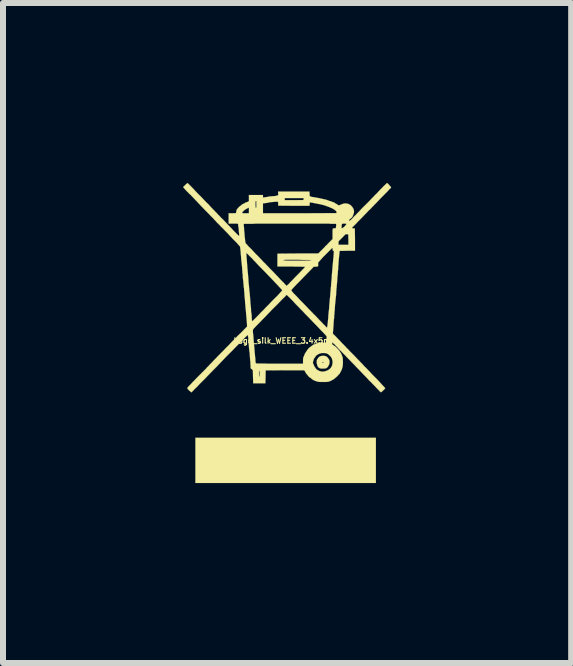
<source format=kicad_pcb>
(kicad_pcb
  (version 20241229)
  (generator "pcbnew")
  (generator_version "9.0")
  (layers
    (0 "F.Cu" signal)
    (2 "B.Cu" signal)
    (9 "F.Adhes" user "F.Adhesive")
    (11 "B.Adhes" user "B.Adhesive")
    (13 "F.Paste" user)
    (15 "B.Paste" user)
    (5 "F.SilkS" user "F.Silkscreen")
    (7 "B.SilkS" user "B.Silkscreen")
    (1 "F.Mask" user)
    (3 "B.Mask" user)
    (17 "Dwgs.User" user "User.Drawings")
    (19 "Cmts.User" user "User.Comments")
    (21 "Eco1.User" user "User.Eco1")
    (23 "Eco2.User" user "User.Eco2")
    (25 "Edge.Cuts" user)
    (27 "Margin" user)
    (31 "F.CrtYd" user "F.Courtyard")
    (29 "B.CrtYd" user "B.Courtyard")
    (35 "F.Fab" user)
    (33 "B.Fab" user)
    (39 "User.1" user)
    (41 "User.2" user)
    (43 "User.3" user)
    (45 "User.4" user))
  (footprint "Logo_silk_WEEE_3.4x5mm"
    (layer "F.Cu")
    (at 1.711 2.529)
    (property "Reference" "Logo_silk_WEEE_3.4x5mm" (at 0 0.1 0) (layer "F.SilkS") (effects (font (size 0.091 0.091) (thickness 0.018))))
    (attr exclude_from_pos_files exclude_from_bom)
    (fp_poly (pts (xy 1.504 2.471) (xy 0 2.471) (xy -1.504 2.471) (xy -1.504 2.093) (xy -1.504 1.717) (xy 0 1.717) (xy 1.504 1.717) (xy 1.504 2.093) (xy 1.504 2.471)) (stroke (width 0.003) (type solid)) (fill yes) (layer "F.SilkS"))
    (fp_poly (pts (xy 0.732 0.457) (xy 0.729 0.475) (xy 0.726 0.49) (xy 0.721 0.503) (xy 0.711 0.521) (xy 0.696 0.544) (xy 0.681 0.554) (xy 0.673 0.559) (xy 0.658 0.561) (xy 0.638 0.564) (xy 0.63 0.564) (xy 0.63 0.457) (xy 0.625 0.452) (xy 0.617 0.452) (xy 0.615 0.455) (xy 0.612 0.462) (xy 0.617 0.47) (xy 0.622 0.472) (xy 0.627 0.467) (xy 0.63 0.465) (xy 0.63 0.457) (xy 0.63 0.564) (xy 0.615 0.564) (xy 0.592 0.564) (xy 0.577 0.561) (xy 0.554 0.551) (xy 0.536 0.531) (xy 0.526 0.505) (xy 0.518 0.472) (xy 0.518 0.457) (xy 0.518 0.437) (xy 0.521 0.422) (xy 0.526 0.409) (xy 0.536 0.396) (xy 0.556 0.371) (xy 0.579 0.358) (xy 0.61 0.351) (xy 0.625 0.351) (xy 0.653 0.353) (xy 0.676 0.361) (xy 0.696 0.376) (xy 0.711 0.396) (xy 0.721 0.411) (xy 0.729 0.424) (xy 0.729 0.437) (xy 0.732 0.457)) (stroke (width 0.003) (type solid)) (fill yes) (layer "F.SilkS"))
    (fp_poly (pts (xy 1.758 -2.456) (xy 1.755 -2.451) (xy 1.745 -2.438) (xy 1.727 -2.423) (xy 1.707 -2.4) (xy 1.684 -2.375) (xy 1.656 -2.349) (xy 1.648 -2.339) (xy 1.618 -2.309) (xy 1.585 -2.276) (xy 1.554 -2.243) (xy 1.524 -2.212) (xy 1.501 -2.187) (xy 1.481 -2.169) (xy 1.466 -2.151) (xy 1.443 -2.129) (xy 1.415 -2.098) (xy 1.382 -2.068) (xy 1.349 -2.032) (xy 1.313 -1.996) (xy 1.28 -1.961) (xy 1.24 -1.92) (xy 1.204 -1.885) (xy 1.179 -1.857) (xy 1.156 -1.834) (xy 1.138 -1.816) (xy 1.125 -1.803) (xy 1.115 -1.793) (xy 1.11 -1.786) (xy 1.107 -1.783) (xy 1.105 -1.778) (xy 1.113 -1.775) (xy 1.125 -1.773) (xy 1.13 -1.773) (xy 1.153 -1.77) (xy 1.156 -1.585) (xy 1.156 -1.4) (xy 1.046 -1.4) (xy 1.046 -1.499) (xy 1.046 -1.585) (xy 1.044 -1.674) (xy 1.021 -1.674) (xy 1.013 -1.676) (xy 1.013 -1.844) (xy 1.013 -1.847) (xy 1.008 -1.849) (xy 0.993 -1.852) (xy 0.978 -1.852) (xy 0.96 -1.852) (xy 0.945 -1.849) (xy 0.94 -1.849) (xy 0.937 -1.841) (xy 0.935 -1.829) (xy 0.932 -1.811) (xy 0.932 -1.796) (xy 0.932 -1.781) (xy 0.932 -1.778) (xy 0.937 -1.773) (xy 0.947 -1.778) (xy 0.963 -1.788) (xy 0.98 -1.803) (xy 0.986 -1.808) (xy 0.998 -1.824) (xy 1.008 -1.836) (xy 1.013 -1.844) (xy 1.013 -1.676) (xy 0.998 -1.676) (xy 0.94 -1.615) (xy 0.881 -1.557) (xy 0.881 -1.527) (xy 0.881 -1.499) (xy 0.965 -1.499) (xy 1.046 -1.499) (xy 1.046 -1.4) (xy 1.029 -1.4) (xy 0.899 -1.397) (xy 0.897 -1.364) (xy 0.894 -1.346) (xy 0.892 -1.318) (xy 0.889 -1.29) (xy 0.886 -1.26) (xy 0.886 -1.257) (xy 0.884 -1.229) (xy 0.881 -1.201) (xy 0.881 -1.176) (xy 0.879 -1.161) (xy 0.879 -1.158) (xy 0.876 -1.143) (xy 0.876 -1.118) (xy 0.874 -1.087) (xy 0.871 -1.054) (xy 0.869 -1.021) (xy 0.866 -0.993) (xy 0.864 -0.968) (xy 0.861 -0.95) (xy 0.861 -0.927) (xy 0.859 -0.897) (xy 0.856 -0.866) (xy 0.856 -0.859) (xy 0.853 -0.831) (xy 0.851 -0.808) (xy 0.851 -0.79) (xy 0.848 -0.785) (xy 0.848 -2.04) (xy 0.848 -2.05) (xy 0.841 -2.06) (xy 0.828 -2.073) (xy 0.826 -2.075) (xy 0.808 -2.088) (xy 0.79 -2.098) (xy 0.78 -2.106) (xy 0.759 -2.113) (xy 0.742 -2.121) (xy 0.739 -2.123) (xy 0.691 -2.141) (xy 0.64 -2.159) (xy 0.579 -2.174) (xy 0.511 -2.187) (xy 0.47 -2.195) (xy 0.447 -2.2) (xy 0.427 -2.202) (xy 0.414 -2.205) (xy 0.409 -2.205) (xy 0.404 -2.205) (xy 0.401 -2.197) (xy 0.399 -2.182) (xy 0.399 -2.177) (xy 0.399 -2.149) (xy 0.3 -2.149) (xy 0.3 -2.278) (xy 0.142 -2.278) (xy -0.015 -2.278) (xy -0.015 -2.261) (xy -0.015 -2.243) (xy 0.14 -2.243) (xy 0.297 -2.245) (xy 0.3 -2.261) (xy 0.3 -2.278) (xy 0.3 -2.149) (xy 0.135 -2.149) (xy -0.124 -2.151) (xy -0.124 -2.184) (xy -0.127 -2.217) (xy -0.147 -2.217) (xy -0.168 -2.217) (xy -0.193 -2.215) (xy -0.218 -2.212) (xy -0.241 -2.21) (xy -0.259 -2.21) (xy -0.272 -2.207) (xy -0.277 -2.205) (xy -0.284 -2.202) (xy -0.3 -2.2) (xy -0.312 -2.197) (xy -0.333 -2.195) (xy -0.353 -2.192) (xy -0.361 -2.192) (xy -0.378 -2.189) (xy -0.378 -2.106) (xy -0.378 -2.024) (xy 0.234 -2.024) (xy 0.848 -2.027) (xy 0.848 -2.04) (xy 0.848 -0.785) (xy 0.848 -0.78) (xy 0.848 -0.777) (xy 0.846 -0.772) (xy 0.846 -0.757) (xy 0.846 -0.739) (xy 0.843 -0.732) (xy 0.843 -0.709) (xy 0.843 -0.699) (xy 0.843 -1.831) (xy 0.841 -1.844) (xy 0.838 -1.849) (xy 0.833 -1.849) (xy 0.818 -1.849) (xy 0.792 -1.849) (xy 0.759 -1.849) (xy 0.719 -1.852) (xy 0.671 -1.852) (xy 0.617 -1.852) (xy 0.559 -1.852) (xy 0.495 -1.852) (xy 0.427 -1.852) (xy 0.356 -1.852) (xy 0.282 -1.852) (xy 0.208 -1.852) (xy 0.13 -1.852) (xy 0.053 -1.852) (xy -0.023 -1.852) (xy -0.099 -1.852) (xy -0.173 -1.852) (xy -0.246 -1.852) (xy -0.315 -1.852) (xy -0.381 -1.852) (xy -0.442 -1.852) (xy -0.488 -1.852) (xy -0.488 -2.174) (xy -0.488 -2.2) (xy -0.488 -2.217) (xy -0.49 -2.228) (xy -0.493 -2.23) (xy -0.495 -2.23) (xy -0.498 -2.23) (xy -0.5 -2.223) (xy -0.503 -2.212) (xy -0.503 -2.192) (xy -0.503 -2.174) (xy -0.503 -2.151) (xy -0.5 -2.134) (xy -0.5 -2.121) (xy -0.5 -2.116) (xy -0.495 -2.113) (xy -0.49 -2.118) (xy -0.488 -2.134) (xy -0.488 -2.156) (xy -0.488 -2.174) (xy -0.488 -1.852) (xy -0.5 -1.852) (xy -0.551 -1.849) (xy -0.594 -1.849) (xy -0.612 -1.849) (xy -0.612 -2.024) (xy -0.612 -2.07) (xy -0.612 -2.09) (xy -0.612 -2.106) (xy -0.615 -2.116) (xy -0.615 -2.118) (xy -0.625 -2.113) (xy -0.64 -2.106) (xy -0.66 -2.095) (xy -0.678 -2.083) (xy -0.696 -2.07) (xy -0.699 -2.065) (xy -0.716 -2.05) (xy -0.724 -2.037) (xy -0.724 -2.029) (xy -0.716 -2.027) (xy -0.701 -2.024) (xy -0.673 -2.024) (xy -0.668 -2.024) (xy -0.612 -2.024) (xy -0.612 -1.849) (xy -0.632 -1.849) (xy -0.663 -1.849) (xy -0.683 -1.849) (xy -0.696 -1.847) (xy -0.699 -1.841) (xy -0.699 -1.826) (xy -0.696 -1.803) (xy -0.693 -1.775) (xy -0.693 -1.753) (xy -0.691 -1.72) (xy -0.686 -1.689) (xy -0.686 -1.664) (xy -0.683 -1.643) (xy -0.683 -1.633) (xy -0.678 -1.6) (xy -0.676 -1.572) (xy -0.673 -1.554) (xy -0.671 -1.539) (xy -0.668 -1.529) (xy -0.663 -1.521) (xy -0.658 -1.516) (xy -0.65 -1.509) (xy -0.638 -1.494) (xy -0.62 -1.473) (xy -0.594 -1.448) (xy -0.566 -1.42) (xy -0.536 -1.387) (xy -0.503 -1.351) (xy -0.467 -1.316) (xy -0.432 -1.28) (xy -0.396 -1.242) (xy -0.363 -1.206) (xy -0.345 -1.191) (xy -0.323 -1.166) (xy -0.297 -1.14) (xy -0.274 -1.115) (xy -0.254 -1.095) (xy -0.241 -1.082) (xy -0.218 -1.059) (xy -0.191 -1.031) (xy -0.163 -1.001) (xy -0.135 -0.973) (xy -0.107 -0.942) (xy -0.079 -0.912) (xy -0.053 -0.886) (xy -0.03 -0.864) (xy -0.013 -0.843) (xy 0 -0.831) (xy 0.008 -0.823) (xy 0.008 -0.82) (xy 0.015 -0.815) (xy 0.015 -0.813) (xy 0.02 -0.818) (xy 0.03 -0.828) (xy 0.046 -0.841) (xy 0.064 -0.859) (xy 0.071 -0.869) (xy 0.091 -0.889) (xy 0.117 -0.914) (xy 0.145 -0.945) (xy 0.175 -0.975) (xy 0.206 -1.006) (xy 0.226 -1.026) (xy 0.251 -1.052) (xy 0.274 -1.077) (xy 0.295 -1.097) (xy 0.31 -1.115) (xy 0.32 -1.125) (xy 0.325 -1.13) (xy 0.32 -1.133) (xy 0.305 -1.133) (xy 0.282 -1.133) (xy 0.249 -1.135) (xy 0.208 -1.135) (xy 0.16 -1.135) (xy 0.104 -1.138) (xy 0.094 -1.138) (xy -0.137 -1.138) (xy -0.137 -1.245) (xy -0.137 -1.351) (xy 0.203 -1.354) (xy 0.544 -1.354) (xy 0.582 -1.392) (xy 0.597 -1.407) (xy 0.617 -1.427) (xy 0.643 -1.453) (xy 0.668 -1.481) (xy 0.696 -1.506) (xy 0.701 -1.514) (xy 0.782 -1.595) (xy 0.782 -1.681) (xy 0.782 -1.714) (xy 0.782 -1.737) (xy 0.785 -1.753) (xy 0.785 -1.763) (xy 0.787 -1.768) (xy 0.79 -1.77) (xy 0.795 -1.773) (xy 0.805 -1.773) (xy 0.81 -1.773) (xy 0.826 -1.773) (xy 0.833 -1.775) (xy 0.838 -1.786) (xy 0.841 -1.803) (xy 0.841 -1.808) (xy 0.843 -1.831) (xy 0.843 -0.699) (xy 0.841 -0.683) (xy 0.841 -0.663) (xy 0.838 -0.643) (xy 0.836 -0.62) (xy 0.833 -0.594) (xy 0.831 -0.572) (xy 0.828 -0.551) (xy 0.828 -0.538) (xy 0.828 -0.536) (xy 0.826 -0.523) (xy 0.823 -0.505) (xy 0.823 -0.483) (xy 0.82 -0.465) (xy 0.82 -0.442) (xy 0.818 -0.419) (xy 0.818 -0.401) (xy 0.815 -0.396) (xy 0.815 -0.384) (xy 0.813 -0.363) (xy 0.813 -0.345) (xy 0.81 -0.333) (xy 0.808 -0.31) (xy 0.808 -0.279) (xy 0.803 -0.246) (xy 0.803 -0.231) (xy 0.803 -1.387) (xy 0.803 -1.394) (xy 0.8 -1.397) (xy 0.798 -1.4) (xy 0.792 -1.4) (xy 0.787 -1.402) (xy 0.785 -1.407) (xy 0.782 -1.42) (xy 0.782 -1.425) (xy 0.782 -1.438) (xy 0.78 -1.445) (xy 0.777 -1.448) (xy 0.772 -1.443) (xy 0.762 -1.433) (xy 0.747 -1.417) (xy 0.726 -1.397) (xy 0.704 -1.374) (xy 0.678 -1.349) (xy 0.653 -1.323) (xy 0.627 -1.298) (xy 0.605 -1.273) (xy 0.584 -1.25) (xy 0.566 -1.229) (xy 0.551 -1.214) (xy 0.544 -1.204) (xy 0.541 -1.201) (xy 0.541 -1.189) (xy 0.541 -1.173) (xy 0.541 -1.168) (xy 0.541 -1.156) (xy 0.541 -1.143) (xy 0.538 -1.143) (xy 0.533 -1.138) (xy 0.518 -1.135) (xy 0.503 -1.135) (xy 0.467 -1.133) (xy 0.429 -1.092) (xy 0.429 -1.242) (xy 0.427 -1.242) (xy 0.419 -1.245) (xy 0.404 -1.245) (xy 0.386 -1.247) (xy 0.358 -1.247) (xy 0.323 -1.247) (xy 0.279 -1.247) (xy 0.229 -1.25) (xy 0.198 -1.25) (xy 0.15 -1.25) (xy 0.107 -1.25) (xy 0.066 -1.25) (xy 0.03 -1.25) (xy 0 -1.25) (xy -0.018 -1.247) (xy -0.03 -1.247) (xy -0.033 -1.247) (xy -0.038 -1.242) (xy -0.038 -1.24) (xy -0.033 -1.24) (xy -0.018 -1.237) (xy 0.003 -1.237) (xy 0.033 -1.234) (xy 0.066 -1.234) (xy 0.104 -1.234) (xy 0.145 -1.234) (xy 0.188 -1.234) (xy 0.229 -1.234) (xy 0.272 -1.234) (xy 0.31 -1.234) (xy 0.345 -1.237) (xy 0.376 -1.237) (xy 0.401 -1.237) (xy 0.419 -1.24) (xy 0.427 -1.24) (xy 0.429 -1.242) (xy 0.429 -1.092) (xy 0.282 -0.942) (xy 0.246 -0.904) (xy 0.211 -0.869) (xy 0.18 -0.838) (xy 0.152 -0.808) (xy 0.13 -0.785) (xy 0.112 -0.765) (xy 0.099 -0.749) (xy 0.094 -0.742) (xy 0.097 -0.734) (xy 0.107 -0.721) (xy 0.119 -0.706) (xy 0.137 -0.686) (xy 0.142 -0.681) (xy 0.16 -0.663) (xy 0.183 -0.64) (xy 0.211 -0.61) (xy 0.239 -0.579) (xy 0.269 -0.549) (xy 0.3 -0.518) (xy 0.328 -0.488) (xy 0.356 -0.46) (xy 0.381 -0.432) (xy 0.404 -0.409) (xy 0.422 -0.391) (xy 0.434 -0.378) (xy 0.447 -0.366) (xy 0.462 -0.348) (xy 0.485 -0.328) (xy 0.511 -0.3) (xy 0.538 -0.272) (xy 0.566 -0.241) (xy 0.574 -0.234) (xy 0.602 -0.206) (xy 0.627 -0.178) (xy 0.65 -0.157) (xy 0.668 -0.137) (xy 0.681 -0.124) (xy 0.688 -0.119) (xy 0.688 -0.117) (xy 0.691 -0.122) (xy 0.693 -0.135) (xy 0.696 -0.147) (xy 0.699 -0.175) (xy 0.704 -0.211) (xy 0.706 -0.246) (xy 0.711 -0.282) (xy 0.711 -0.312) (xy 0.714 -0.335) (xy 0.716 -0.363) (xy 0.719 -0.391) (xy 0.721 -0.404) (xy 0.724 -0.432) (xy 0.726 -0.46) (xy 0.726 -0.483) (xy 0.729 -0.493) (xy 0.729 -0.508) (xy 0.732 -0.533) (xy 0.734 -0.564) (xy 0.737 -0.594) (xy 0.739 -0.615) (xy 0.742 -0.645) (xy 0.744 -0.678) (xy 0.747 -0.706) (xy 0.749 -0.726) (xy 0.749 -0.737) (xy 0.752 -0.759) (xy 0.752 -0.78) (xy 0.754 -0.792) (xy 0.757 -0.808) (xy 0.757 -0.828) (xy 0.759 -0.856) (xy 0.762 -0.884) (xy 0.767 -0.935) (xy 0.77 -0.991) (xy 0.775 -1.052) (xy 0.78 -1.11) (xy 0.785 -1.168) (xy 0.79 -1.219) (xy 0.792 -1.25) (xy 0.798 -1.293) (xy 0.8 -1.328) (xy 0.803 -1.354) (xy 0.803 -1.372) (xy 0.803 -1.387) (xy 0.803 -0.231) (xy 0.8 -0.206) (xy 0.798 -0.168) (xy 0.798 -0.165) (xy 0.787 -0.02) (xy 0.803 0) (xy 0.81 0.005) (xy 0.826 0.02) (xy 0.846 0.041) (xy 0.869 0.066) (xy 0.894 0.091) (xy 0.922 0.119) (xy 0.922 0.122) (xy 0.95 0.15) (xy 0.98 0.18) (xy 1.006 0.208) (xy 1.031 0.234) (xy 1.052 0.254) (xy 1.062 0.267) (xy 1.077 0.282) (xy 1.097 0.302) (xy 1.123 0.328) (xy 1.151 0.356) (xy 1.179 0.386) (xy 1.196 0.404) (xy 1.224 0.432) (xy 1.252 0.462) (xy 1.28 0.49) (xy 1.303 0.516) (xy 1.321 0.536) (xy 1.331 0.544) (xy 1.346 0.559) (xy 1.367 0.582) (xy 1.392 0.607) (xy 1.42 0.638) (xy 1.448 0.668) (xy 1.471 0.691) (xy 1.519 0.739) (xy 1.56 0.782) (xy 1.593 0.818) (xy 1.618 0.846) (xy 1.638 0.866) (xy 1.651 0.881) (xy 1.659 0.889) (xy 1.656 0.897) (xy 1.648 0.907) (xy 1.636 0.919) (xy 1.621 0.932) (xy 1.608 0.945) (xy 1.595 0.955) (xy 1.587 0.96) (xy 1.582 0.955) (xy 1.572 0.947) (xy 1.56 0.932) (xy 1.552 0.925) (xy 1.537 0.909) (xy 1.519 0.892) (xy 1.496 0.866) (xy 1.471 0.841) (xy 1.443 0.813) (xy 1.425 0.792) (xy 1.394 0.765) (xy 1.367 0.734) (xy 1.339 0.704) (xy 1.313 0.678) (xy 1.293 0.658) (xy 1.285 0.648) (xy 1.267 0.63) (xy 1.245 0.607) (xy 1.217 0.577) (xy 1.184 0.544) (xy 1.148 0.505) (xy 1.11 0.467) (xy 1.072 0.427) (xy 1.031 0.386) (xy 0.993 0.345) (xy 0.955 0.307) (xy 0.922 0.272) (xy 0.909 0.259) (xy 0.884 0.234) (xy 0.861 0.208) (xy 0.841 0.188) (xy 0.823 0.168) (xy 0.81 0.155) (xy 0.795 0.14) (xy 0.782 0.13) (xy 0.775 0.13) (xy 0.772 0.14) (xy 0.772 0.145) (xy 0.775 0.157) (xy 0.782 0.165) (xy 0.795 0.175) (xy 0.8 0.178) (xy 0.823 0.193) (xy 0.848 0.216) (xy 0.871 0.239) (xy 0.894 0.264) (xy 0.909 0.287) (xy 0.914 0.295) (xy 0.93 0.325) (xy 0.94 0.351) (xy 0.947 0.371) (xy 0.953 0.394) (xy 0.953 0.419) (xy 0.955 0.452) (xy 0.955 0.455) (xy 0.953 0.503) (xy 0.947 0.541) (xy 0.937 0.574) (xy 0.925 0.602) (xy 0.922 0.607) (xy 0.914 0.622) (xy 0.909 0.632) (xy 0.899 0.65) (xy 0.881 0.668) (xy 0.861 0.691) (xy 0.838 0.711) (xy 0.813 0.732) (xy 0.79 0.749) (xy 0.782 0.752) (xy 0.782 0.462) (xy 0.782 0.445) (xy 0.78 0.427) (xy 0.777 0.419) (xy 0.772 0.404) (xy 0.77 0.394) (xy 0.765 0.384) (xy 0.754 0.368) (xy 0.739 0.351) (xy 0.721 0.335) (xy 0.706 0.323) (xy 0.696 0.318) (xy 0.686 0.312) (xy 0.683 0.312) (xy 0.683 0.033) (xy 0.683 0.03) (xy 0.683 0.025) (xy 0.678 0.023) (xy 0.673 0.015) (xy 0.668 0.008) (xy 0.658 -0.003) (xy 0.643 -0.018) (xy 0.627 -0.036) (xy 0.605 -0.058) (xy 0.579 -0.084) (xy 0.549 -0.117) (xy 0.513 -0.155) (xy 0.47 -0.198) (xy 0.422 -0.249) (xy 0.368 -0.305) (xy 0.33 -0.343) (xy 0.292 -0.384) (xy 0.249 -0.427) (xy 0.208 -0.47) (xy 0.17 -0.508) (xy 0.137 -0.544) (xy 0.132 -0.551) (xy 0.104 -0.579) (xy 0.079 -0.605) (xy 0.056 -0.627) (xy 0.038 -0.645) (xy 0.025 -0.658) (xy 0.018 -0.663) (xy 0.015 -0.663) (xy 0.013 -0.66) (xy 0 -0.65) (xy -0.013 -0.632) (xy -0.036 -0.612) (xy -0.058 -0.589) (xy -0.058 -0.742) (xy -0.061 -0.747) (xy -0.071 -0.759) (xy -0.089 -0.777) (xy -0.109 -0.8) (xy -0.135 -0.828) (xy -0.165 -0.859) (xy -0.188 -0.884) (xy -0.251 -0.95) (xy -0.307 -1.008) (xy -0.356 -1.059) (xy -0.401 -1.105) (xy -0.442 -1.146) (xy -0.478 -1.184) (xy -0.508 -1.217) (xy -0.528 -1.237) (xy -0.561 -1.273) (xy -0.589 -1.3) (xy -0.61 -1.321) (xy -0.627 -1.339) (xy -0.638 -1.349) (xy -0.645 -1.356) (xy -0.65 -1.361) (xy -0.653 -1.364) (xy -0.655 -1.364) (xy -0.655 -1.359) (xy -0.655 -1.344) (xy -0.653 -1.323) (xy -0.653 -1.3) (xy -0.648 -1.25) (xy -0.645 -1.209) (xy -0.643 -1.176) (xy -0.64 -1.148) (xy -0.64 -1.13) (xy -0.638 -1.115) (xy -0.638 -1.102) (xy -0.635 -1.092) (xy -0.635 -1.09) (xy -0.635 -1.074) (xy -0.632 -1.054) (xy -0.63 -1.026) (xy -0.627 -0.998) (xy -0.627 -0.996) (xy -0.625 -0.965) (xy -0.622 -0.937) (xy -0.62 -0.912) (xy -0.62 -0.894) (xy -0.617 -0.856) (xy -0.612 -0.82) (xy -0.61 -0.787) (xy -0.607 -0.759) (xy -0.605 -0.737) (xy -0.605 -0.724) (xy -0.605 -0.721) (xy -0.602 -0.711) (xy -0.599 -0.688) (xy -0.597 -0.66) (xy -0.594 -0.63) (xy -0.592 -0.592) (xy -0.589 -0.556) (xy -0.587 -0.536) (xy -0.587 -0.516) (xy -0.584 -0.495) (xy -0.582 -0.485) (xy -0.582 -0.472) (xy -0.579 -0.452) (xy -0.577 -0.429) (xy -0.577 -0.422) (xy -0.577 -0.396) (xy -0.574 -0.368) (xy -0.569 -0.343) (xy -0.569 -0.34) (xy -0.566 -0.315) (xy -0.566 -0.287) (xy -0.564 -0.269) (xy -0.564 -0.249) (xy -0.561 -0.234) (xy -0.559 -0.229) (xy -0.554 -0.226) (xy -0.551 -0.231) (xy -0.538 -0.241) (xy -0.523 -0.257) (xy -0.5 -0.279) (xy -0.475 -0.305) (xy -0.447 -0.333) (xy -0.417 -0.366) (xy -0.401 -0.381) (xy -0.363 -0.419) (xy -0.325 -0.46) (xy -0.284 -0.5) (xy -0.246 -0.541) (xy -0.211 -0.577) (xy -0.178 -0.61) (xy -0.155 -0.632) (xy -0.127 -0.66) (xy -0.104 -0.686) (xy -0.084 -0.709) (xy -0.069 -0.724) (xy -0.061 -0.737) (xy -0.058 -0.742) (xy -0.058 -0.589) (xy -0.061 -0.587) (xy -0.091 -0.556) (xy -0.122 -0.523) (xy -0.15 -0.495) (xy -0.188 -0.457) (xy -0.229 -0.417) (xy -0.267 -0.376) (xy -0.307 -0.335) (xy -0.343 -0.297) (xy -0.373 -0.267) (xy -0.401 -0.239) (xy -0.406 -0.231) (xy -0.442 -0.196) (xy -0.472 -0.165) (xy -0.495 -0.142) (xy -0.513 -0.122) (xy -0.526 -0.109) (xy -0.536 -0.097) (xy -0.541 -0.089) (xy -0.546 -0.081) (xy -0.546 -0.076) (xy -0.546 -0.069) (xy -0.546 -0.064) (xy -0.546 -0.061) (xy -0.546 -0.048) (xy -0.544 -0.025) (xy -0.541 0) (xy -0.538 0.028) (xy -0.538 0.03) (xy -0.533 0.094) (xy -0.528 0.16) (xy -0.521 0.231) (xy -0.518 0.269) (xy -0.516 0.295) (xy -0.513 0.323) (xy -0.511 0.345) (xy -0.511 0.356) (xy -0.508 0.376) (xy -0.505 0.404) (xy -0.505 0.424) (xy -0.503 0.445) (xy -0.5 0.462) (xy -0.5 0.472) (xy -0.498 0.475) (xy -0.495 0.475) (xy -0.493 0.478) (xy -0.485 0.478) (xy -0.475 0.48) (xy -0.46 0.48) (xy -0.442 0.48) (xy -0.417 0.48) (xy -0.386 0.48) (xy -0.348 0.48) (xy -0.302 0.483) (xy -0.249 0.483) (xy -0.188 0.483) (xy -0.117 0.483) (xy -0.102 0.483) (xy 0.29 0.483) (xy 0.29 0.434) (xy 0.29 0.411) (xy 0.292 0.394) (xy 0.292 0.384) (xy 0.295 0.381) (xy 0.297 0.373) (xy 0.305 0.358) (xy 0.31 0.343) (xy 0.32 0.318) (xy 0.338 0.29) (xy 0.356 0.262) (xy 0.373 0.239) (xy 0.384 0.226) (xy 0.401 0.211) (xy 0.422 0.196) (xy 0.439 0.183) (xy 0.452 0.173) (xy 0.462 0.165) (xy 0.465 0.165) (xy 0.475 0.163) (xy 0.48 0.16) (xy 0.498 0.152) (xy 0.518 0.145) (xy 0.526 0.142) (xy 0.533 0.14) (xy 0.551 0.137) (xy 0.574 0.135) (xy 0.599 0.135) (xy 0.602 0.135) (xy 0.671 0.132) (xy 0.678 0.086) (xy 0.681 0.066) (xy 0.683 0.046) (xy 0.683 0.033) (xy 0.683 0.312) (xy 0.665 0.307) (xy 0.645 0.305) (xy 0.643 0.305) (xy 0.62 0.305) (xy 0.602 0.305) (xy 0.584 0.31) (xy 0.572 0.312) (xy 0.554 0.32) (xy 0.533 0.33) (xy 0.516 0.343) (xy 0.503 0.353) (xy 0.498 0.363) (xy 0.493 0.371) (xy 0.485 0.381) (xy 0.483 0.386) (xy 0.472 0.399) (xy 0.465 0.419) (xy 0.46 0.439) (xy 0.455 0.457) (xy 0.455 0.475) (xy 0.46 0.483) (xy 0.46 0.485) (xy 0.465 0.493) (xy 0.465 0.498) (xy 0.47 0.505) (xy 0.475 0.521) (xy 0.485 0.538) (xy 0.488 0.541) (xy 0.503 0.564) (xy 0.518 0.579) (xy 0.536 0.592) (xy 0.569 0.607) (xy 0.599 0.615) (xy 0.63 0.615) (xy 0.665 0.607) (xy 0.704 0.592) (xy 0.734 0.572) (xy 0.759 0.544) (xy 0.775 0.511) (xy 0.782 0.472) (xy 0.782 0.462) (xy 0.782 0.752) (xy 0.772 0.757) (xy 0.749 0.77) (xy 0.729 0.777) (xy 0.714 0.782) (xy 0.696 0.785) (xy 0.673 0.787) (xy 0.645 0.787) (xy 0.625 0.787) (xy 0.594 0.787) (xy 0.572 0.787) (xy 0.551 0.785) (xy 0.536 0.782) (xy 0.518 0.777) (xy 0.495 0.77) (xy 0.47 0.759) (xy 0.452 0.749) (xy 0.434 0.737) (xy 0.427 0.729) (xy 0.414 0.719) (xy 0.404 0.711) (xy 0.399 0.711) (xy 0.394 0.706) (xy 0.384 0.696) (xy 0.381 0.693) (xy 0.371 0.681) (xy 0.358 0.663) (xy 0.353 0.66) (xy 0.34 0.643) (xy 0.328 0.622) (xy 0.325 0.617) (xy 0.318 0.602) (xy 0.305 0.594) (xy 0.297 0.592) (xy 0.279 0.592) (xy 0.254 0.592) (xy 0.221 0.592) (xy 0.183 0.592) (xy 0.137 0.592) (xy 0.089 0.592) (xy 0.036 0.592) (xy -0.02 0.592) (xy -0.333 0.594) (xy -0.335 0.704) (xy -0.338 0.81) (xy -0.434 0.81) (xy -0.434 0.648) (xy -0.434 0.625) (xy -0.437 0.607) (xy -0.439 0.597) (xy -0.442 0.602) (xy -0.445 0.615) (xy -0.445 0.635) (xy -0.445 0.648) (xy -0.445 0.673) (xy -0.445 0.688) (xy -0.442 0.699) (xy -0.439 0.699) (xy -0.437 0.693) (xy -0.437 0.681) (xy -0.434 0.66) (xy -0.434 0.648) (xy -0.434 0.81) (xy -0.439 0.81) (xy -0.541 0.81) (xy -0.544 0.701) (xy -0.546 0.592) (xy -0.566 0.574) (xy -0.579 0.564) (xy -0.584 0.554) (xy -0.584 0.544) (xy -0.584 0.541) (xy -0.584 0.531) (xy -0.584 0.513) (xy -0.587 0.488) (xy -0.587 0.457) (xy -0.592 0.422) (xy -0.594 0.384) (xy -0.597 0.345) (xy -0.599 0.307) (xy -0.605 0.272) (xy -0.607 0.254) (xy -0.61 0.229) (xy -0.612 0.196) (xy -0.615 0.163) (xy -0.617 0.137) (xy -0.62 0.091) (xy -0.622 0.056) (xy -0.627 0.028) (xy -0.627 0.013) (xy -0.63 0.005) (xy -0.632 0.005) (xy -0.64 0.013) (xy -0.653 0.023) (xy -0.671 0.041) (xy -0.693 0.064) (xy -0.721 0.091) (xy -0.754 0.127) (xy -0.795 0.168) (xy -0.843 0.216) (xy -0.889 0.264) (xy -0.983 0.358) (xy -1.069 0.447) (xy -1.148 0.531) (xy -1.222 0.605) (xy -1.288 0.673) (xy -1.346 0.734) (xy -1.4 0.787) (xy -1.445 0.833) (xy -1.483 0.874) (xy -1.516 0.904) (xy -1.539 0.93) (xy -1.557 0.947) (xy -1.567 0.958) (xy -1.572 0.96) (xy -1.577 0.955) (xy -1.587 0.947) (xy -1.603 0.935) (xy -1.608 0.93) (xy -1.623 0.914) (xy -1.633 0.902) (xy -1.638 0.892) (xy -1.641 0.892) (xy -1.636 0.884) (xy -1.626 0.871) (xy -1.608 0.851) (xy -1.582 0.826) (xy -1.552 0.792) (xy -1.514 0.754) (xy -1.471 0.709) (xy -1.42 0.658) (xy -1.364 0.602) (xy -1.351 0.589) (xy -1.333 0.572) (xy -1.311 0.546) (xy -1.285 0.521) (xy -1.26 0.493) (xy -1.242 0.475) (xy -1.222 0.455) (xy -1.194 0.424) (xy -1.161 0.391) (xy -1.123 0.351) (xy -1.082 0.31) (xy -1.036 0.264) (xy -0.993 0.218) (xy -0.947 0.173) (xy -0.902 0.124) (xy -0.859 0.081) (xy -0.818 0.038) (xy -0.78 0) (xy -0.747 -0.03) (xy -0.734 -0.043) (xy -0.643 -0.137) (xy -0.645 -0.191) (xy -0.648 -0.221) (xy -0.65 -0.254) (xy -0.653 -0.282) (xy -0.653 -0.292) (xy -0.655 -0.307) (xy -0.658 -0.333) (xy -0.66 -0.366) (xy -0.663 -0.404) (xy -0.668 -0.445) (xy -0.671 -0.49) (xy -0.676 -0.536) (xy -0.678 -0.582) (xy -0.683 -0.625) (xy -0.686 -0.665) (xy -0.688 -0.699) (xy -0.691 -0.726) (xy -0.693 -0.747) (xy -0.693 -0.767) (xy -0.696 -0.787) (xy -0.699 -0.8) (xy -0.699 -0.813) (xy -0.701 -0.836) (xy -0.704 -0.864) (xy -0.706 -0.894) (xy -0.711 -0.927) (xy -0.714 -0.963) (xy -0.714 -0.965) (xy -0.714 -0.988) (xy -0.716 -1.008) (xy -0.719 -1.024) (xy -0.721 -1.041) (xy -0.721 -1.062) (xy -0.724 -1.082) (xy -0.724 -1.1) (xy -0.726 -1.123) (xy -0.729 -1.151) (xy -0.732 -1.184) (xy -0.737 -1.224) (xy -0.742 -1.275) (xy -0.742 -1.283) (xy -0.744 -1.311) (xy -0.747 -1.344) (xy -0.749 -1.379) (xy -0.752 -1.4) (xy -0.754 -1.425) (xy -0.757 -1.448) (xy -0.759 -1.463) (xy -0.762 -1.471) (xy -0.767 -1.478) (xy -0.777 -1.488) (xy -0.795 -1.509) (xy -0.815 -1.532) (xy -0.843 -1.56) (xy -0.874 -1.59) (xy -0.907 -1.626) (xy -0.94 -1.661) (xy -0.975 -1.699) (xy -1.013 -1.737) (xy -1.044 -1.77) (xy -1.074 -1.798) (xy -1.102 -1.829) (xy -1.128 -1.854) (xy -1.151 -1.877) (xy -1.166 -1.895) (xy -1.179 -1.908) (xy -1.181 -1.91) (xy -1.191 -1.92) (xy -1.206 -1.938) (xy -1.229 -1.961) (xy -1.255 -1.986) (xy -1.28 -2.014) (xy -1.311 -2.045) (xy -1.313 -2.047) (xy -1.346 -2.08) (xy -1.382 -2.118) (xy -1.417 -2.154) (xy -1.45 -2.189) (xy -1.481 -2.223) (xy -1.501 -2.243) (xy -1.527 -2.271) (xy -1.554 -2.299) (xy -1.58 -2.327) (xy -1.605 -2.349) (xy -1.623 -2.367) (xy -1.626 -2.372) (xy -1.646 -2.39) (xy -1.664 -2.41) (xy -1.681 -2.428) (xy -1.689 -2.438) (xy -1.709 -2.461) (xy -1.674 -2.494) (xy -1.659 -2.51) (xy -1.646 -2.52) (xy -1.638 -2.527) (xy -1.636 -2.527) (xy -1.631 -2.525) (xy -1.621 -2.515) (xy -1.603 -2.497) (xy -1.582 -2.477) (xy -1.56 -2.454) (xy -1.539 -2.433) (xy -1.509 -2.4) (xy -1.476 -2.365) (xy -1.438 -2.327) (xy -1.4 -2.289) (xy -1.364 -2.25) (xy -1.349 -2.235) (xy -1.321 -2.205) (xy -1.29 -2.177) (xy -1.265 -2.149) (xy -1.242 -2.123) (xy -1.222 -2.103) (xy -1.212 -2.09) (xy -1.196 -2.078) (xy -1.179 -2.057) (xy -1.153 -2.032) (xy -1.128 -2.004) (xy -1.1 -1.976) (xy -1.074 -1.948) (xy -1.044 -1.92) (xy -1.016 -1.89) (xy -0.991 -1.864) (xy -0.968 -1.839) (xy -0.95 -1.821) (xy -0.937 -1.808) (xy -0.904 -1.773) (xy -0.876 -1.742) (xy -0.848 -1.714) (xy -0.823 -1.689) (xy -0.803 -1.669) (xy -0.787 -1.654) (xy -0.78 -1.646) (xy -0.777 -1.643) (xy -0.775 -1.648) (xy -0.775 -1.661) (xy -0.775 -1.664) (xy -0.775 -1.676) (xy -0.777 -1.697) (xy -0.78 -1.722) (xy -0.78 -1.742) (xy -0.782 -1.768) (xy -0.785 -1.788) (xy -0.787 -1.803) (xy -0.79 -1.808) (xy -0.792 -1.819) (xy -0.79 -1.824) (xy -0.79 -1.834) (xy -0.792 -1.841) (xy -0.795 -1.847) (xy -0.8 -1.849) (xy -0.808 -1.852) (xy -0.82 -1.852) (xy -0.841 -1.852) (xy -0.869 -1.852) (xy -0.874 -1.852) (xy -0.95 -1.852) (xy -0.95 -1.938) (xy -0.95 -2.024) (xy -0.889 -2.024) (xy -0.828 -2.027) (xy -0.823 -2.05) (xy -0.82 -2.068) (xy -0.815 -2.083) (xy -0.815 -2.085) (xy -0.805 -2.098) (xy -0.79 -2.116) (xy -0.772 -2.134) (xy -0.752 -2.149) (xy -0.734 -2.164) (xy -0.716 -2.177) (xy -0.704 -2.184) (xy -0.699 -2.184) (xy -0.688 -2.187) (xy -0.681 -2.195) (xy -0.671 -2.202) (xy -0.663 -2.205) (xy -0.653 -2.207) (xy -0.638 -2.212) (xy -0.632 -2.215) (xy -0.612 -2.225) (xy -0.612 -2.278) (xy -0.612 -2.329) (xy -0.495 -2.329) (xy -0.378 -2.329) (xy -0.378 -2.309) (xy -0.378 -2.286) (xy -0.345 -2.291) (xy -0.325 -2.294) (xy -0.307 -2.296) (xy -0.297 -2.299) (xy -0.287 -2.301) (xy -0.267 -2.304) (xy -0.244 -2.306) (xy -0.216 -2.309) (xy -0.208 -2.309) (xy -0.183 -2.311) (xy -0.16 -2.314) (xy -0.142 -2.319) (xy -0.132 -2.322) (xy -0.13 -2.322) (xy -0.124 -2.332) (xy -0.124 -2.349) (xy -0.124 -2.355) (xy -0.127 -2.385) (xy 0.135 -2.385) (xy 0.396 -2.385) (xy 0.399 -2.347) (xy 0.401 -2.309) (xy 0.424 -2.301) (xy 0.439 -2.296) (xy 0.462 -2.294) (xy 0.485 -2.289) (xy 0.49 -2.289) (xy 0.518 -2.283) (xy 0.549 -2.278) (xy 0.582 -2.271) (xy 0.617 -2.263) (xy 0.65 -2.256) (xy 0.681 -2.248) (xy 0.704 -2.24) (xy 0.721 -2.233) (xy 0.726 -2.23) (xy 0.739 -2.228) (xy 0.744 -2.225) (xy 0.754 -2.225) (xy 0.767 -2.217) (xy 0.775 -2.215) (xy 0.787 -2.21) (xy 0.8 -2.205) (xy 0.803 -2.205) (xy 0.813 -2.202) (xy 0.82 -2.195) (xy 0.831 -2.187) (xy 0.836 -2.184) (xy 0.843 -2.182) (xy 0.853 -2.174) (xy 0.864 -2.169) (xy 0.886 -2.154) (xy 0.922 -2.169) (xy 0.96 -2.184) (xy 0.996 -2.189) (xy 1.031 -2.184) (xy 1.049 -2.179) (xy 1.079 -2.162) (xy 1.102 -2.141) (xy 1.12 -2.116) (xy 1.125 -2.108) (xy 1.135 -2.083) (xy 1.14 -2.06) (xy 1.138 -2.035) (xy 1.13 -2.007) (xy 1.125 -1.994) (xy 1.115 -1.971) (xy 1.107 -1.958) (xy 1.097 -1.948) (xy 1.085 -1.938) (xy 1.067 -1.925) (xy 1.059 -1.913) (xy 1.059 -1.897) (xy 1.059 -1.895) (xy 1.064 -1.895) (xy 1.069 -1.9) (xy 1.082 -1.91) (xy 1.1 -1.925) (xy 1.123 -1.951) (xy 1.125 -1.951) (xy 1.14 -1.971) (xy 1.166 -1.994) (xy 1.194 -2.024) (xy 1.227 -2.057) (xy 1.26 -2.093) (xy 1.295 -2.129) (xy 1.331 -2.164) (xy 1.367 -2.2) (xy 1.402 -2.235) (xy 1.435 -2.271) (xy 1.468 -2.304) (xy 1.496 -2.334) (xy 1.521 -2.357) (xy 1.539 -2.377) (xy 1.575 -2.416) (xy 1.608 -2.449) (xy 1.636 -2.479) (xy 1.659 -2.499) (xy 1.676 -2.517) (xy 1.687 -2.525) (xy 1.689 -2.527) (xy 1.697 -2.525) (xy 1.707 -2.515) (xy 1.72 -2.502) (xy 1.732 -2.487) (xy 1.745 -2.474) (xy 1.755 -2.461) (xy 1.758 -2.456)) (stroke (width 0.003) (type solid)) (fill yes) (layer "F.SilkS")))
  (gr_rect
    (start -3 -3)
    (end 6.47 8.001)
    (stroke (width 0.1) (type default))
    (fill no)
    (layer "Edge.Cuts")))
</source>
